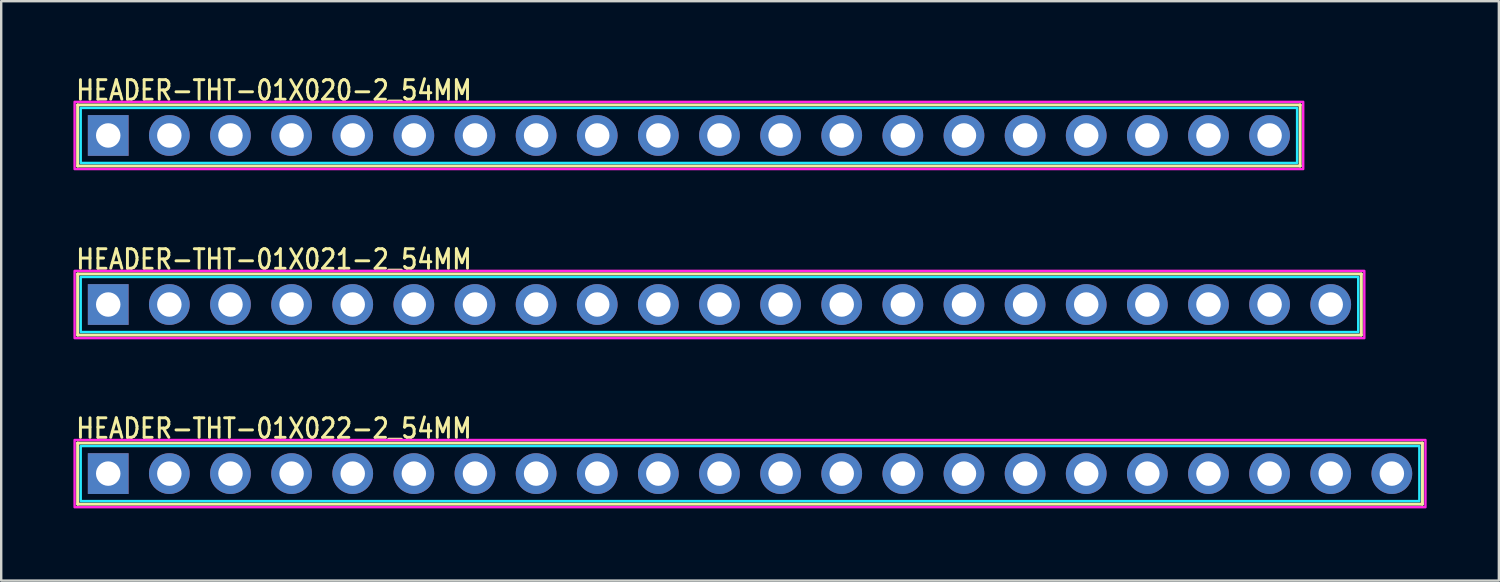
<source format=kicad_pcb>
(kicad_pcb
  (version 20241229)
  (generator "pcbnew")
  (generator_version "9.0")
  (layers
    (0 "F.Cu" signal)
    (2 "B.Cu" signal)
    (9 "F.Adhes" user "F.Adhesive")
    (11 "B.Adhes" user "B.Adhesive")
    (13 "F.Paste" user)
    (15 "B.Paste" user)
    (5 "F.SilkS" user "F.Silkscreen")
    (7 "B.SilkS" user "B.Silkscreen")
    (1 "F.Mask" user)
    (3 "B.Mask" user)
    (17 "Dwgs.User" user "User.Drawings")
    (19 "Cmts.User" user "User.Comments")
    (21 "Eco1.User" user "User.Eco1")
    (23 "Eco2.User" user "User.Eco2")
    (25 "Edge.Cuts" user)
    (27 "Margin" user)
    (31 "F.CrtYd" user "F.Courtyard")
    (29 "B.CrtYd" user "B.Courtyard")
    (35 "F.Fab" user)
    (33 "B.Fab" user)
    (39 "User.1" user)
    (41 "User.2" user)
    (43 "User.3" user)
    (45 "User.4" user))
  (footprint "HEADER-THT-01X022-2_54MM"
    (layer "F.Cu")
    (at 1.447 16.63)
    (property "Reference" "HEADER-THT-01X022-2_54MM" (at -1.4 -1.4 0) (unlocked yes) (layer "F.SilkS") (effects (font (size 0.813 0.695) (thickness 0.122)) (justify left bottom)))
    (fp_line (start -1.27 -1.27) (end -1.27 1.27) (stroke (width 0.127) (type solid)) (layer "F.SilkS"))
    (fp_line (start -1.27 1.27) (end 54.61 1.27) (stroke (width 0.127) (type solid)) (layer "F.SilkS"))
    (fp_line (start 54.61 -1.27) (end -1.27 -1.27) (stroke (width 0.127) (type solid)) (layer "F.SilkS"))
    (fp_line (start 54.61 1.27) (end 54.61 -1.27) (stroke (width 0.127) (type solid)) (layer "F.SilkS"))
    (fp_poly (pts (xy -1.143 -1.143) (xy 54.483 -1.143) (xy 54.483 1.143) (xy -1.143 1.143)) (stroke (width 0.1) (type solid)) (fill no) (layer "B.CrtYd"))
    (fp_poly (pts (xy -1.397 -1.397) (xy 54.737 -1.397) (xy 54.737 1.397) (xy -1.397 1.397)) (stroke (width 0.1) (type solid)) (fill no) (layer "F.CrtYd"))
    (pad "1" thru_hole rect (at 0 0) (size 1.693 1.693) (drill 1.016) (layers "*.Cu" "*.Mask"))
    (pad "2" thru_hole oval (at 2.54 0) (size 1.693 1.693) (drill 1.016) (layers "*.Cu" "*.Mask"))
    (pad "3" thru_hole oval (at 5.08 0) (size 1.693 1.693) (drill 1.016) (layers "*.Cu" "*.Mask"))
    (pad "4" thru_hole oval (at 7.62 0) (size 1.693 1.693) (drill 1.016) (layers "*.Cu" "*.Mask"))
    (pad "5" thru_hole oval (at 10.16 0) (size 1.693 1.693) (drill 1.016) (layers "*.Cu" "*.Mask"))
    (pad "6" thru_hole oval (at 12.7 0) (size 1.693 1.693) (drill 1.016) (layers "*.Cu" "*.Mask"))
    (pad "7" thru_hole oval (at 15.24 0) (size 1.693 1.693) (drill 1.016) (layers "*.Cu" "*.Mask"))
    (pad "8" thru_hole oval (at 17.78 0) (size 1.693 1.693) (drill 1.016) (layers "*.Cu" "*.Mask"))
    (pad "9" thru_hole oval (at 20.32 0) (size 1.693 1.693) (drill 1.016) (layers "*.Cu" "*.Mask"))
    (pad "10" thru_hole oval (at 22.86 0) (size 1.693 1.693) (drill 1.016) (layers "*.Cu" "*.Mask"))
    (pad "11" thru_hole oval (at 25.4 0) (size 1.693 1.693) (drill 1.016) (layers "*.Cu" "*.Mask"))
    (pad "12" thru_hole oval (at 27.94 0) (size 1.693 1.693) (drill 1.016) (layers "*.Cu" "*.Mask"))
    (pad "13" thru_hole oval (at 30.48 0) (size 1.693 1.693) (drill 1.016) (layers "*.Cu" "*.Mask"))
    (pad "14" thru_hole oval (at 33.02 0) (size 1.693 1.693) (drill 1.016) (layers "*.Cu" "*.Mask"))
    (pad "15" thru_hole oval (at 35.56 0) (size 1.693 1.693) (drill 1.016) (layers "*.Cu" "*.Mask"))
    (pad "16" thru_hole oval (at 38.1 0) (size 1.693 1.693) (drill 1.016) (layers "*.Cu" "*.Mask"))
    (pad "17" thru_hole oval (at 40.64 0) (size 1.693 1.693) (drill 1.016) (layers "*.Cu" "*.Mask"))
    (pad "18" thru_hole oval (at 43.18 0) (size 1.693 1.693) (drill 1.016) (layers "*.Cu" "*.Mask"))
    (pad "19" thru_hole oval (at 45.72 0) (size 1.693 1.693) (drill 1.016) (layers "*.Cu" "*.Mask"))
    (pad "20" thru_hole oval (at 48.26 0) (size 1.693 1.693) (drill 1.016) (layers "*.Cu" "*.Mask"))
    (pad "21" thru_hole oval (at 50.8 0) (size 1.693 1.693) (drill 1.016) (layers "*.Cu" "*.Mask"))
    (pad "22" thru_hole oval (at 53.34 0) (size 1.693 1.693) (drill 1.016) (layers "*.Cu" "*.Mask")))
  (footprint "HEADER-THT-01X020-2_54MM"
    (layer "F.Cu")
    (at 1.447 2.579)
    (property "Reference" "HEADER-THT-01X020-2_54MM" (at -1.4 -1.4 0) (unlocked yes) (layer "F.SilkS") (effects (font (size 0.813 0.695) (thickness 0.122)) (justify left bottom)))
    (fp_line (start -1.27 -1.27) (end -1.27 1.27) (stroke (width 0.127) (type solid)) (layer "F.SilkS"))
    (fp_line (start -1.27 1.27) (end 49.53 1.27) (stroke (width 0.127) (type solid)) (layer "F.SilkS"))
    (fp_line (start 49.53 -1.27) (end -1.27 -1.27) (stroke (width 0.127) (type solid)) (layer "F.SilkS"))
    (fp_line (start 49.53 1.27) (end 49.53 -1.27) (stroke (width 0.127) (type solid)) (layer "F.SilkS"))
    (fp_poly (pts (xy -1.143 -1.143) (xy 49.403 -1.143) (xy 49.403 1.143) (xy -1.143 1.143)) (stroke (width 0.1) (type solid)) (fill no) (layer "B.CrtYd"))
    (fp_poly (pts (xy -1.397 -1.397) (xy 49.657 -1.397) (xy 49.657 1.397) (xy -1.397 1.397)) (stroke (width 0.1) (type solid)) (fill no) (layer "F.CrtYd"))
    (pad "1" thru_hole rect (at 0 0) (size 1.693 1.693) (drill 1.016) (layers "*.Cu" "*.Mask"))
    (pad "2" thru_hole oval (at 2.54 0) (size 1.693 1.693) (drill 1.016) (layers "*.Cu" "*.Mask"))
    (pad "3" thru_hole oval (at 5.08 0) (size 1.693 1.693) (drill 1.016) (layers "*.Cu" "*.Mask"))
    (pad "4" thru_hole oval (at 7.62 0) (size 1.693 1.693) (drill 1.016) (layers "*.Cu" "*.Mask"))
    (pad "5" thru_hole oval (at 10.16 0) (size 1.693 1.693) (drill 1.016) (layers "*.Cu" "*.Mask"))
    (pad "6" thru_hole oval (at 12.7 0) (size 1.693 1.693) (drill 1.016) (layers "*.Cu" "*.Mask"))
    (pad "7" thru_hole oval (at 15.24 0) (size 1.693 1.693) (drill 1.016) (layers "*.Cu" "*.Mask"))
    (pad "8" thru_hole oval (at 17.78 0) (size 1.693 1.693) (drill 1.016) (layers "*.Cu" "*.Mask"))
    (pad "9" thru_hole oval (at 20.32 0) (size 1.693 1.693) (drill 1.016) (layers "*.Cu" "*.Mask"))
    (pad "10" thru_hole oval (at 22.86 0) (size 1.693 1.693) (drill 1.016) (layers "*.Cu" "*.Mask"))
    (pad "11" thru_hole oval (at 25.4 0) (size 1.693 1.693) (drill 1.016) (layers "*.Cu" "*.Mask"))
    (pad "12" thru_hole oval (at 27.94 0) (size 1.693 1.693) (drill 1.016) (layers "*.Cu" "*.Mask"))
    (pad "13" thru_hole oval (at 30.48 0) (size 1.693 1.693) (drill 1.016) (layers "*.Cu" "*.Mask"))
    (pad "14" thru_hole oval (at 33.02 0) (size 1.693 1.693) (drill 1.016) (layers "*.Cu" "*.Mask"))
    (pad "15" thru_hole oval (at 35.56 0) (size 1.693 1.693) (drill 1.016) (layers "*.Cu" "*.Mask"))
    (pad "16" thru_hole oval (at 38.1 0) (size 1.693 1.693) (drill 1.016) (layers "*.Cu" "*.Mask"))
    (pad "17" thru_hole oval (at 40.64 0) (size 1.693 1.693) (drill 1.016) (layers "*.Cu" "*.Mask"))
    (pad "18" thru_hole oval (at 43.18 0) (size 1.693 1.693) (drill 1.016) (layers "*.Cu" "*.Mask"))
    (pad "19" thru_hole oval (at 45.72 0) (size 1.693 1.693) (drill 1.016) (layers "*.Cu" "*.Mask"))
    (pad "20" thru_hole oval (at 48.26 0) (size 1.693 1.693) (drill 1.016) (layers "*.Cu" "*.Mask")))
  (footprint "HEADER-THT-01X021-2_54MM"
    (layer "F.Cu")
    (at 1.447 9.604)
    (property "Reference" "HEADER-THT-01X021-2_54MM" (at -1.4 -1.4 0) (unlocked yes) (layer "F.SilkS") (effects (font (size 0.813 0.695) (thickness 0.122)) (justify left bottom)))
    (fp_line (start -1.27 -1.27) (end -1.27 1.27) (stroke (width 0.127) (type solid)) (layer "F.SilkS"))
    (fp_line (start -1.27 1.27) (end 52.07 1.27) (stroke (width 0.127) (type solid)) (layer "F.SilkS"))
    (fp_line (start 52.07 -1.27) (end -1.27 -1.27) (stroke (width 0.127) (type solid)) (layer "F.SilkS"))
    (fp_line (start 52.07 1.27) (end 52.07 -1.27) (stroke (width 0.127) (type solid)) (layer "F.SilkS"))
    (fp_poly (pts (xy -1.143 -1.143) (xy 51.943 -1.143) (xy 51.943 1.143) (xy -1.143 1.143)) (stroke (width 0.1) (type solid)) (fill no) (layer "B.CrtYd"))
    (fp_poly (pts (xy -1.397 -1.397) (xy 52.197 -1.397) (xy 52.197 1.397) (xy -1.397 1.397)) (stroke (width 0.1) (type solid)) (fill no) (layer "F.CrtYd"))
    (pad "1" thru_hole rect (at 0 0) (size 1.693 1.693) (drill 1.016) (layers "*.Cu" "*.Mask"))
    (pad "2" thru_hole oval (at 2.54 0) (size 1.693 1.693) (drill 1.016) (layers "*.Cu" "*.Mask"))
    (pad "3" thru_hole oval (at 5.08 0) (size 1.693 1.693) (drill 1.016) (layers "*.Cu" "*.Mask"))
    (pad "4" thru_hole oval (at 7.62 0) (size 1.693 1.693) (drill 1.016) (layers "*.Cu" "*.Mask"))
    (pad "5" thru_hole oval (at 10.16 0) (size 1.693 1.693) (drill 1.016) (layers "*.Cu" "*.Mask"))
    (pad "6" thru_hole oval (at 12.7 0) (size 1.693 1.693) (drill 1.016) (layers "*.Cu" "*.Mask"))
    (pad "7" thru_hole oval (at 15.24 0) (size 1.693 1.693) (drill 1.016) (layers "*.Cu" "*.Mask"))
    (pad "8" thru_hole oval (at 17.78 0) (size 1.693 1.693) (drill 1.016) (layers "*.Cu" "*.Mask"))
    (pad "9" thru_hole oval (at 20.32 0) (size 1.693 1.693) (drill 1.016) (layers "*.Cu" "*.Mask"))
    (pad "10" thru_hole oval (at 22.86 0) (size 1.693 1.693) (drill 1.016) (layers "*.Cu" "*.Mask"))
    (pad "11" thru_hole oval (at 25.4 0) (size 1.693 1.693) (drill 1.016) (layers "*.Cu" "*.Mask"))
    (pad "12" thru_hole oval (at 27.94 0) (size 1.693 1.693) (drill 1.016) (layers "*.Cu" "*.Mask"))
    (pad "13" thru_hole oval (at 30.48 0) (size 1.693 1.693) (drill 1.016) (layers "*.Cu" "*.Mask"))
    (pad "14" thru_hole oval (at 33.02 0) (size 1.693 1.693) (drill 1.016) (layers "*.Cu" "*.Mask"))
    (pad "15" thru_hole oval (at 35.56 0) (size 1.693 1.693) (drill 1.016) (layers "*.Cu" "*.Mask"))
    (pad "16" thru_hole oval (at 38.1 0) (size 1.693 1.693) (drill 1.016) (layers "*.Cu" "*.Mask"))
    (pad "17" thru_hole oval (at 40.64 0) (size 1.693 1.693) (drill 1.016) (layers "*.Cu" "*.Mask"))
    (pad "18" thru_hole oval (at 43.18 0) (size 1.693 1.693) (drill 1.016) (layers "*.Cu" "*.Mask"))
    (pad "19" thru_hole oval (at 45.72 0) (size 1.693 1.693) (drill 1.016) (layers "*.Cu" "*.Mask"))
    (pad "20" thru_hole oval (at 48.26 0) (size 1.693 1.693) (drill 1.016) (layers "*.Cu" "*.Mask"))
    (pad "21" thru_hole oval (at 50.8 0) (size 1.693 1.693) (drill 1.016) (layers "*.Cu" "*.Mask")))
  (gr_rect
    (start -3 -3)
    (end 59.234 21.077)
    (stroke (width 0.1) (type default))
    (fill no)
    (layer "Edge.Cuts")))
</source>
